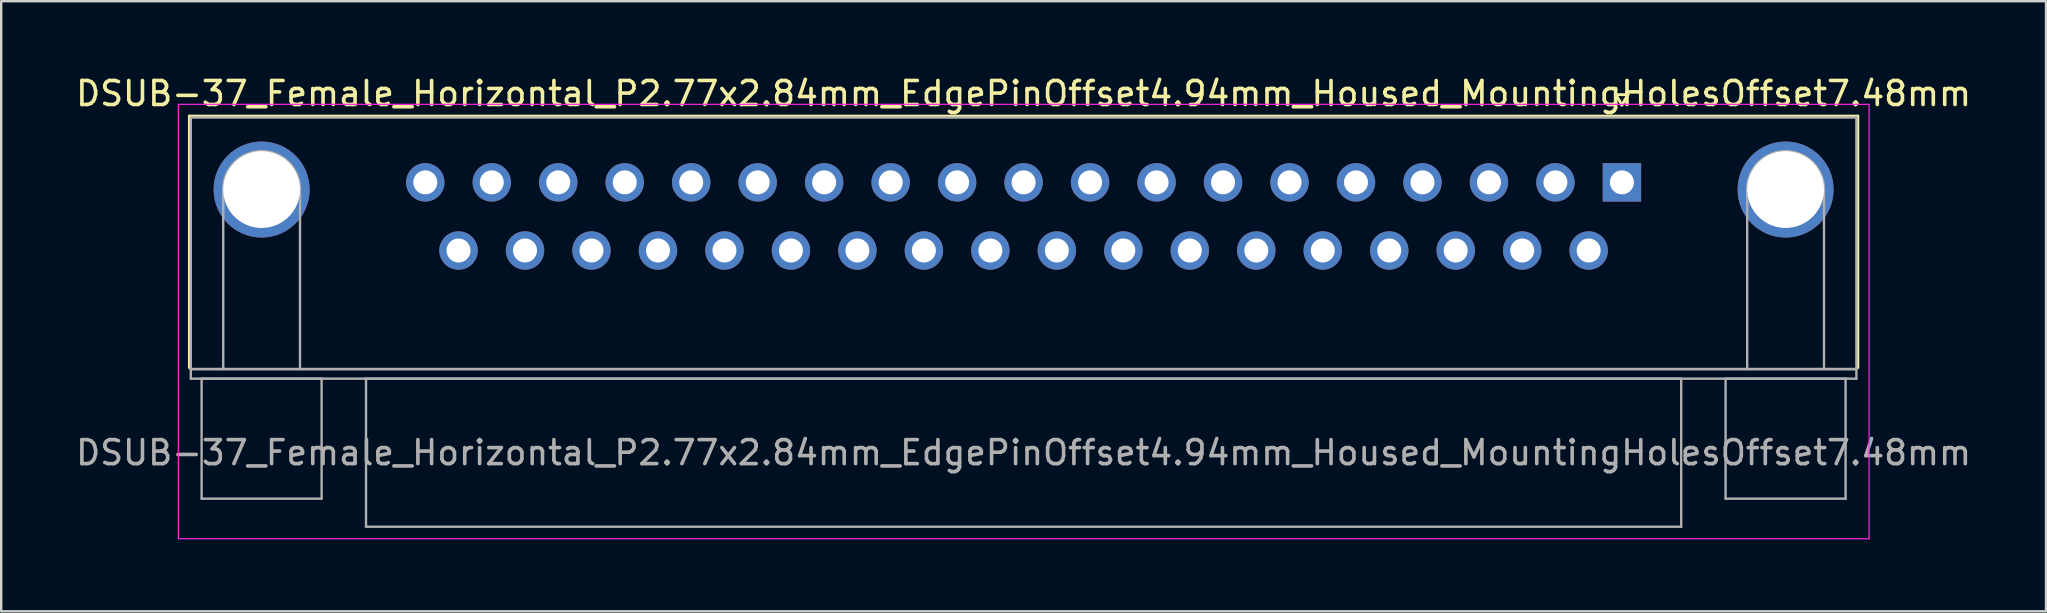
<source format=kicad_pcb>
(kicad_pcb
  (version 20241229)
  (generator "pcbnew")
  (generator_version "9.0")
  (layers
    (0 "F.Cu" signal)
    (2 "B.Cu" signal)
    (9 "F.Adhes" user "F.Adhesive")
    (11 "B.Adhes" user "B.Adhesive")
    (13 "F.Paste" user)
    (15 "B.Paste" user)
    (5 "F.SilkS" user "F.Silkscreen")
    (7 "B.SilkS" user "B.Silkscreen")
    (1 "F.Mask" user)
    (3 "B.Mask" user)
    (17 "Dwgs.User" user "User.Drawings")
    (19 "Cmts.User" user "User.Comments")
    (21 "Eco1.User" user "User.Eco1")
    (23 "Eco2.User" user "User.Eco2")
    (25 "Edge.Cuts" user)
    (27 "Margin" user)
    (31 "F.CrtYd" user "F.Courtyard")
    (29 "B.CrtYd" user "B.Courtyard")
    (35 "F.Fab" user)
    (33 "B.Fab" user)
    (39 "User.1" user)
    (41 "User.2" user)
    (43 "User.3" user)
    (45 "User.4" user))
  (footprint "DSUB-37_Female_Horizontal_P2.77x2.84mm_EdgePinOffset4.94mm_Housed_MountingHolesOffset7.48mm"
    (layer "F.Cu")
    (at 64.531 4.548)
    (property "Reference" "DSUB-37_Female_Horizontal_P2.77x2.84mm_EdgePinOffset4.94mm_Housed_MountingHolesOffset7.48mm" (at -24.93 -3.7 0) (layer "F.SilkS") (effects (font (size 1 1) (thickness 0.15))))
    (attr through_hole)
    (fp_line (start -59.69 -2.76) (end 9.83 -2.76) (stroke (width 0.12) (type solid)) (layer "F.SilkS"))
    (fp_line (start -59.69 7.72) (end -59.69 -2.76) (stroke (width 0.12) (type solid)) (layer "F.SilkS"))
    (fp_line (start -0.25 -3.654) (end 0.25 -3.654) (stroke (width 0.12) (type solid)) (layer "F.SilkS"))
    (fp_line (start 0 -3.221) (end -0.25 -3.654) (stroke (width 0.12) (type solid)) (layer "F.SilkS"))
    (fp_line (start 0.25 -3.654) (end 0 -3.221) (stroke (width 0.12) (type solid)) (layer "F.SilkS"))
    (fp_line (start 9.83 -2.76) (end 9.83 7.72) (stroke (width 0.12) (type solid)) (layer "F.SilkS"))
    (fp_line (start -60.15 -3.25) (end -60.15 14.85) (stroke (width 0.05) (type solid)) (layer "F.CrtYd"))
    (fp_line (start -60.15 14.85) (end 10.3 14.85) (stroke (width 0.05) (type solid)) (layer "F.CrtYd"))
    (fp_line (start 10.3 -3.25) (end -60.15 -3.25) (stroke (width 0.05) (type solid)) (layer "F.CrtYd"))
    (fp_line (start 10.3 14.85) (end 10.3 -3.25) (stroke (width 0.05) (type solid)) (layer "F.CrtYd"))
    (fp_line (start -59.63 -2.7) (end -59.63 7.78) (stroke (width 0.1) (type solid)) (layer "F.Fab"))
    (fp_line (start -59.63 7.78) (end -59.63 8.18) (stroke (width 0.1) (type solid)) (layer "F.Fab"))
    (fp_line (start -59.63 7.78) (end 9.77 7.78) (stroke (width 0.1) (type solid)) (layer "F.Fab"))
    (fp_line (start -59.63 8.18) (end 9.77 8.18) (stroke (width 0.1) (type solid)) (layer "F.Fab"))
    (fp_line (start -59.18 8.18) (end -59.18 13.18) (stroke (width 0.1) (type solid)) (layer "F.Fab"))
    (fp_line (start -59.18 13.18) (end -54.18 13.18) (stroke (width 0.1) (type solid)) (layer "F.Fab"))
    (fp_line (start -58.28 7.78) (end -58.28 0.3) (stroke (width 0.1) (type solid)) (layer "F.Fab"))
    (fp_line (start -55.08 7.78) (end -55.08 0.3) (stroke (width 0.1) (type solid)) (layer "F.Fab"))
    (fp_line (start -54.18 8.18) (end -59.18 8.18) (stroke (width 0.1) (type solid)) (layer "F.Fab"))
    (fp_line (start -54.18 13.18) (end -54.18 8.18) (stroke (width 0.1) (type solid)) (layer "F.Fab"))
    (fp_line (start -52.33 8.18) (end -52.33 14.35) (stroke (width 0.1) (type solid)) (layer "F.Fab"))
    (fp_line (start -52.33 14.35) (end 2.47 14.35) (stroke (width 0.1) (type solid)) (layer "F.Fab"))
    (fp_line (start 2.47 8.18) (end -52.33 8.18) (stroke (width 0.1) (type solid)) (layer "F.Fab"))
    (fp_line (start 2.47 14.35) (end 2.47 8.18) (stroke (width 0.1) (type solid)) (layer "F.Fab"))
    (fp_line (start 4.32 8.18) (end 4.32 13.18) (stroke (width 0.1) (type solid)) (layer "F.Fab"))
    (fp_line (start 4.32 13.18) (end 9.32 13.18) (stroke (width 0.1) (type solid)) (layer "F.Fab"))
    (fp_line (start 5.22 7.78) (end 5.22 0.3) (stroke (width 0.1) (type solid)) (layer "F.Fab"))
    (fp_line (start 8.42 7.78) (end 8.42 0.3) (stroke (width 0.1) (type solid)) (layer "F.Fab"))
    (fp_line (start 9.32 8.18) (end 4.32 8.18) (stroke (width 0.1) (type solid)) (layer "F.Fab"))
    (fp_line (start 9.32 13.18) (end 9.32 8.18) (stroke (width 0.1) (type solid)) (layer "F.Fab"))
    (fp_line (start 9.77 -2.7) (end -59.63 -2.7) (stroke (width 0.1) (type solid)) (layer "F.Fab"))
    (fp_line (start 9.77 7.78) (end -59.63 7.78) (stroke (width 0.1) (type solid)) (layer "F.Fab"))
    (fp_line (start 9.77 7.78) (end 9.77 -2.7) (stroke (width 0.1) (type solid)) (layer "F.Fab"))
    (fp_line (start 9.77 8.18) (end 9.77 7.78) (stroke (width 0.1) (type solid)) (layer "F.Fab"))
    (fp_arc (start -58.28 0.3) (mid -56.68 -1.3) (end -55.08 0.3) (stroke (width 0.1) (type solid)) (layer "F.Fab"))
    (fp_arc (start 5.22 0.3) (mid 6.82 -1.3) (end 8.42 0.3) (stroke (width 0.1) (type solid)) (layer "F.Fab"))
    (fp_text user "${REFERENCE}" (at -24.93 11.265 0) (layer "F.Fab") (effects (font (size 1 1) (thickness 0.15))))
    (pad "0" thru_hole circle (at -56.68 0.3) (size 4 4) (drill 3.2) (layers "*.Cu" "*.Mask"))
    (pad "0" thru_hole circle (at 6.82 0.3) (size 4 4) (drill 3.2) (layers "*.Cu" "*.Mask"))
    (pad "1" thru_hole rect (at 0 0) (size 1.6 1.6) (drill 1) (layers "*.Cu" "*.Mask"))
    (pad "2" thru_hole circle (at -2.77 0) (size 1.6 1.6) (drill 1) (layers "*.Cu" "*.Mask"))
    (pad "3" thru_hole circle (at -5.54 0) (size 1.6 1.6) (drill 1) (layers "*.Cu" "*.Mask"))
    (pad "4" thru_hole circle (at -8.31 0) (size 1.6 1.6) (drill 1) (layers "*.Cu" "*.Mask"))
    (pad "5" thru_hole circle (at -11.08 0) (size 1.6 1.6) (drill 1) (layers "*.Cu" "*.Mask"))
    (pad "6" thru_hole circle (at -13.85 0) (size 1.6 1.6) (drill 1) (layers "*.Cu" "*.Mask"))
    (pad "7" thru_hole circle (at -16.62 0) (size 1.6 1.6) (drill 1) (layers "*.Cu" "*.Mask"))
    (pad "8" thru_hole circle (at -19.39 0) (size 1.6 1.6) (drill 1) (layers "*.Cu" "*.Mask"))
    (pad "9" thru_hole circle (at -22.16 0) (size 1.6 1.6) (drill 1) (layers "*.Cu" "*.Mask"))
    (pad "10" thru_hole circle (at -24.93 0) (size 1.6 1.6) (drill 1) (layers "*.Cu" "*.Mask"))
    (pad "11" thru_hole circle (at -27.7 0) (size 1.6 1.6) (drill 1) (layers "*.Cu" "*.Mask"))
    (pad "12" thru_hole circle (at -30.47 0) (size 1.6 1.6) (drill 1) (layers "*.Cu" "*.Mask"))
    (pad "13" thru_hole circle (at -33.24 0) (size 1.6 1.6) (drill 1) (layers "*.Cu" "*.Mask"))
    (pad "14" thru_hole circle (at -36.01 0) (size 1.6 1.6) (drill 1) (layers "*.Cu" "*.Mask"))
    (pad "15" thru_hole circle (at -38.78 0) (size 1.6 1.6) (drill 1) (layers "*.Cu" "*.Mask"))
    (pad "16" thru_hole circle (at -41.55 0) (size 1.6 1.6) (drill 1) (layers "*.Cu" "*.Mask"))
    (pad "17" thru_hole circle (at -44.32 0) (size 1.6 1.6) (drill 1) (layers "*.Cu" "*.Mask"))
    (pad "18" thru_hole circle (at -47.09 0) (size 1.6 1.6) (drill 1) (layers "*.Cu" "*.Mask"))
    (pad "19" thru_hole circle (at -49.86 0) (size 1.6 1.6) (drill 1) (layers "*.Cu" "*.Mask"))
    (pad "20" thru_hole circle (at -1.385 2.84) (size 1.6 1.6) (drill 1) (layers "*.Cu" "*.Mask"))
    (pad "21" thru_hole circle (at -4.155 2.84) (size 1.6 1.6) (drill 1) (layers "*.Cu" "*.Mask"))
    (pad "22" thru_hole circle (at -6.925 2.84) (size 1.6 1.6) (drill 1) (layers "*.Cu" "*.Mask"))
    (pad "23" thru_hole circle (at -9.695 2.84) (size 1.6 1.6) (drill 1) (layers "*.Cu" "*.Mask"))
    (pad "24" thru_hole circle (at -12.465 2.84) (size 1.6 1.6) (drill 1) (layers "*.Cu" "*.Mask"))
    (pad "25" thru_hole circle (at -15.235 2.84) (size 1.6 1.6) (drill 1) (layers "*.Cu" "*.Mask"))
    (pad "26" thru_hole circle (at -18.005 2.84) (size 1.6 1.6) (drill 1) (layers "*.Cu" "*.Mask"))
    (pad "27" thru_hole circle (at -20.775 2.84) (size 1.6 1.6) (drill 1) (layers "*.Cu" "*.Mask"))
    (pad "28" thru_hole circle (at -23.545 2.84) (size 1.6 1.6) (drill 1) (layers "*.Cu" "*.Mask"))
    (pad "29" thru_hole circle (at -26.315 2.84) (size 1.6 1.6) (drill 1) (layers "*.Cu" "*.Mask"))
    (pad "30" thru_hole circle (at -29.085 2.84) (size 1.6 1.6) (drill 1) (layers "*.Cu" "*.Mask"))
    (pad "31" thru_hole circle (at -31.855 2.84) (size 1.6 1.6) (drill 1) (layers "*.Cu" "*.Mask"))
    (pad "32" thru_hole circle (at -34.625 2.84) (size 1.6 1.6) (drill 1) (layers "*.Cu" "*.Mask"))
    (pad "33" thru_hole circle (at -37.395 2.84) (size 1.6 1.6) (drill 1) (layers "*.Cu" "*.Mask"))
    (pad "34" thru_hole circle (at -40.165 2.84) (size 1.6 1.6) (drill 1) (layers "*.Cu" "*.Mask"))
    (pad "35" thru_hole circle (at -42.935 2.84) (size 1.6 1.6) (drill 1) (layers "*.Cu" "*.Mask"))
    (pad "36" thru_hole circle (at -45.705 2.84) (size 1.6 1.6) (drill 1) (layers "*.Cu" "*.Mask"))
    (pad "37" thru_hole circle (at -48.475 2.84) (size 1.6 1.6) (drill 1) (layers "*.Cu" "*.Mask")))
  (gr_rect
    (start -3 -3)
    (end 82.202 22.423)
    (stroke (width 0.1) (type default))
    (fill no)
    (layer "Edge.Cuts")))
</source>
